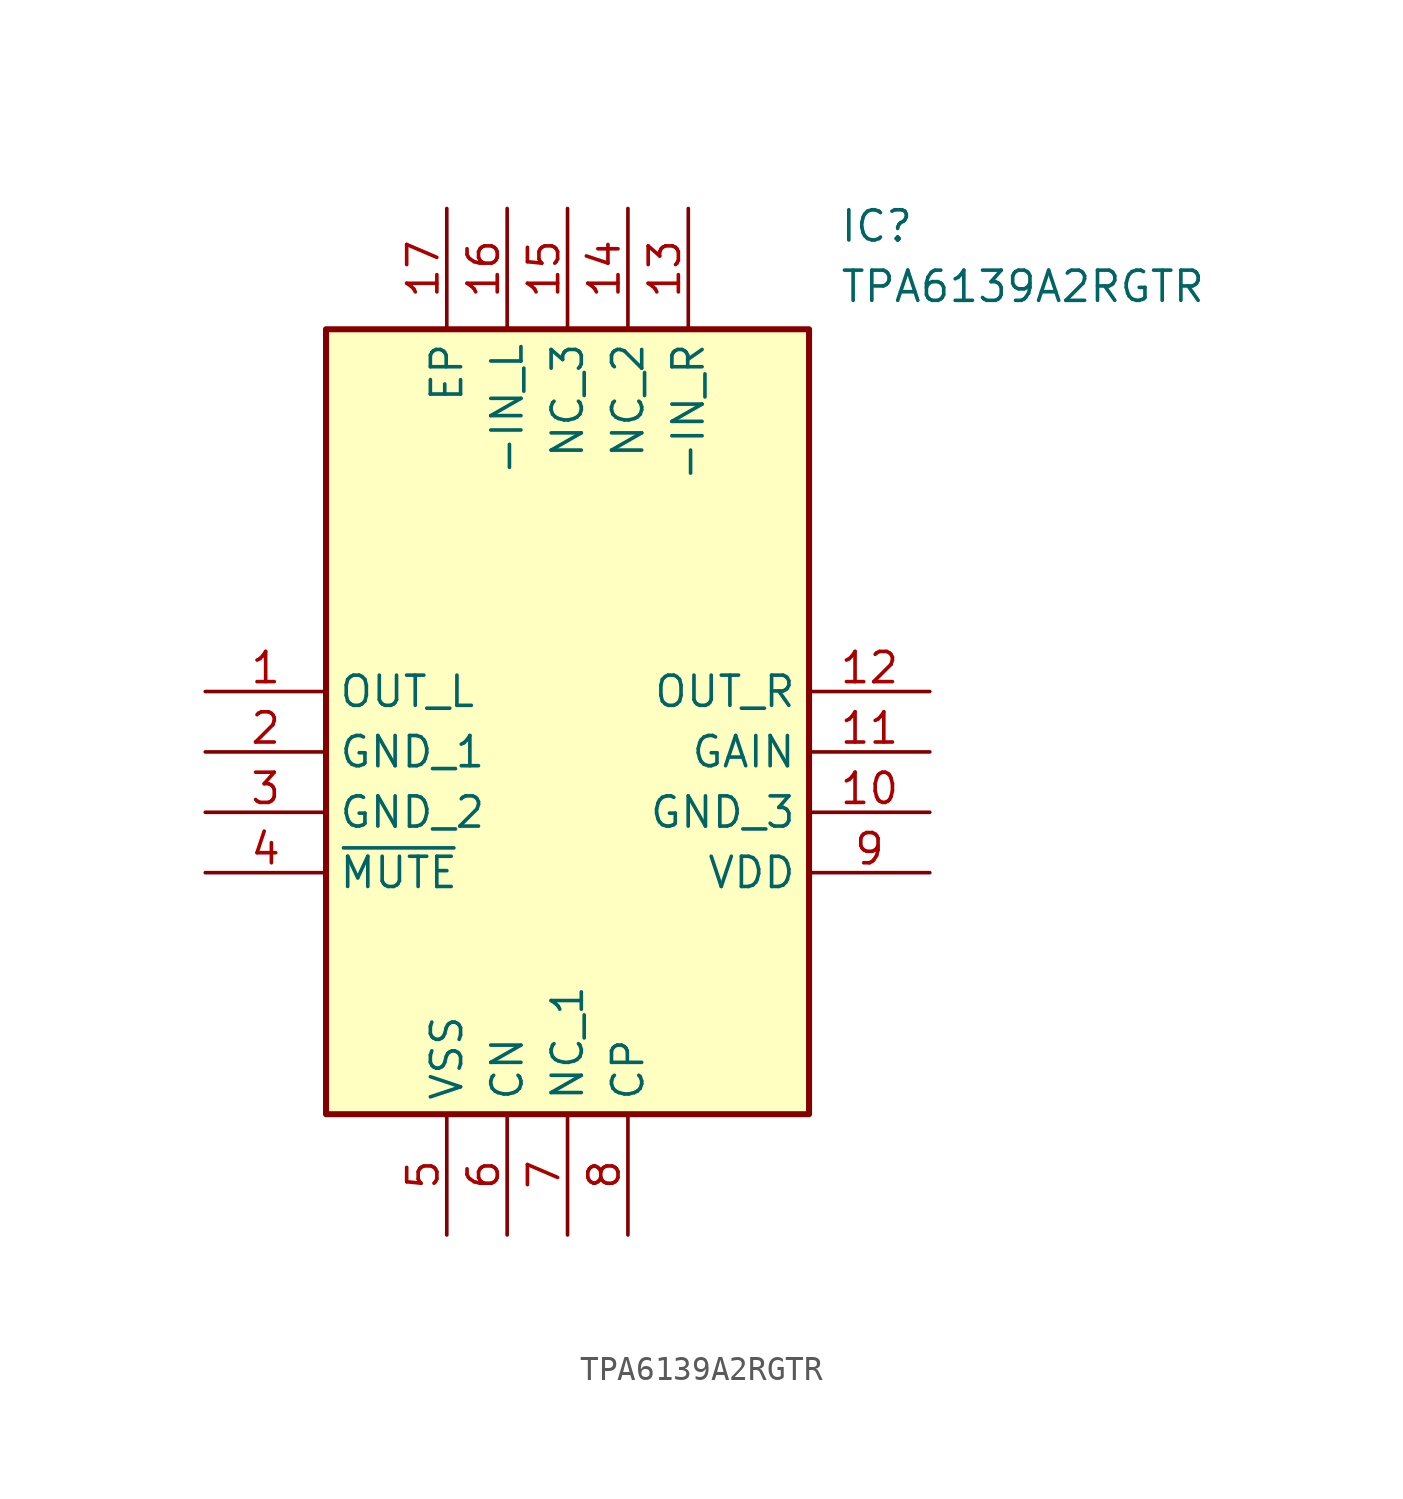
<source format=kicad_sym>
(kicad_symbol_lib
  (version 20211014)
  (generator SamacSys_ECAD_Model)
  (symbol "TPA6139A2RGTR"
    (property "Reference" "IC"
      (at 26.67 20.32 0)
      (effects (font (size 1.27 1.27)) (justify left top)))
    (property "Value" "TPA6139A2RGTR"
      (at 26.67 17.78 0)
      (effects (font (size 1.27 1.27)) (justify left top)))
    (rectangle
      (start 5.08 15.24)
      (end 25.4 -17.78)
      (stroke (width 0.254) (type default))
      (fill (type background)))
    (pin passive line
      (at 0 0 0)
      (length 5.08)
      (name "OUT_L" (effects (font (size 1.27 1.27))))
      (number "1" (effects (font (size 1.27 1.27)))))
    (pin passive line
      (at 0 -2.54 0)
      (length 5.08)
      (name "GND_1" (effects (font (size 1.27 1.27))))
      (number "2" (effects (font (size 1.27 1.27)))))
    (pin passive line
      (at 0 -5.08 0)
      (length 5.08)
      (name "GND_2" (effects (font (size 1.27 1.27))))
      (number "3" (effects (font (size 1.27 1.27)))))
    (pin passive line
      (at 0 -7.62 0)
      (length 5.08)
      (name "~{MUTE}" (effects (font (size 1.27 1.27))))
      (number "4" (effects (font (size 1.27 1.27)))))
    (pin passive line
      (at 10.16 -22.86 90)
      (length 5.08)
      (name "VSS" (effects (font (size 1.27 1.27))))
      (number "5" (effects (font (size 1.27 1.27)))))
    (pin passive line
      (at 12.7 -22.86 90)
      (length 5.08)
      (name "CN" (effects (font (size 1.27 1.27))))
      (number "6" (effects (font (size 1.27 1.27)))))
    (pin passive line
      (at 15.24 -22.86 90)
      (length 5.08)
      (name "NC_1" (effects (font (size 1.27 1.27))))
      (number "7" (effects (font (size 1.27 1.27)))))
    (pin passive line
      (at 17.78 -22.86 90)
      (length 5.08)
      (name "CP" (effects (font (size 1.27 1.27))))
      (number "8" (effects (font (size 1.27 1.27)))))
    (pin passive line
      (at 30.48 0 180)
      (length 5.08)
      (name "OUT_R" (effects (font (size 1.27 1.27))))
      (number "12" (effects (font (size 1.27 1.27)))))
    (pin passive line
      (at 30.48 -2.54 180)
      (length 5.08)
      (name "GAIN" (effects (font (size 1.27 1.27))))
      (number "11" (effects (font (size 1.27 1.27)))))
    (pin passive line
      (at 30.48 -5.08 180)
      (length 5.08)
      (name "GND_3" (effects (font (size 1.27 1.27))))
      (number "10" (effects (font (size 1.27 1.27)))))
    (pin passive line
      (at 30.48 -7.62 180)
      (length 5.08)
      (name "VDD" (effects (font (size 1.27 1.27))))
      (number "9" (effects (font (size 1.27 1.27)))))
    (pin passive line
      (at 10.16 20.32 270)
      (length 5.08)
      (name "EP" (effects (font (size 1.27 1.27))))
      (number "17" (effects (font (size 1.27 1.27)))))
    (pin passive line
      (at 12.7 20.32 270)
      (length 5.08)
      (name "-IN_L" (effects (font (size 1.27 1.27))))
      (number "16" (effects (font (size 1.27 1.27)))))
    (pin passive line
      (at 15.24 20.32 270)
      (length 5.08)
      (name "NC_3" (effects (font (size 1.27 1.27))))
      (number "15" (effects (font (size 1.27 1.27)))))
    (pin passive line
      (at 17.78 20.32 270)
      (length 5.08)
      (name "NC_2" (effects (font (size 1.27 1.27))))
      (number "14" (effects (font (size 1.27 1.27)))))
    (pin passive line
      (at 20.32 20.32 270)
      (length 5.08)
      (name "-IN_R" (effects (font (size 1.27 1.27))))
      (number "13" (effects (font (size 1.27 1.27)))))))
</source>
